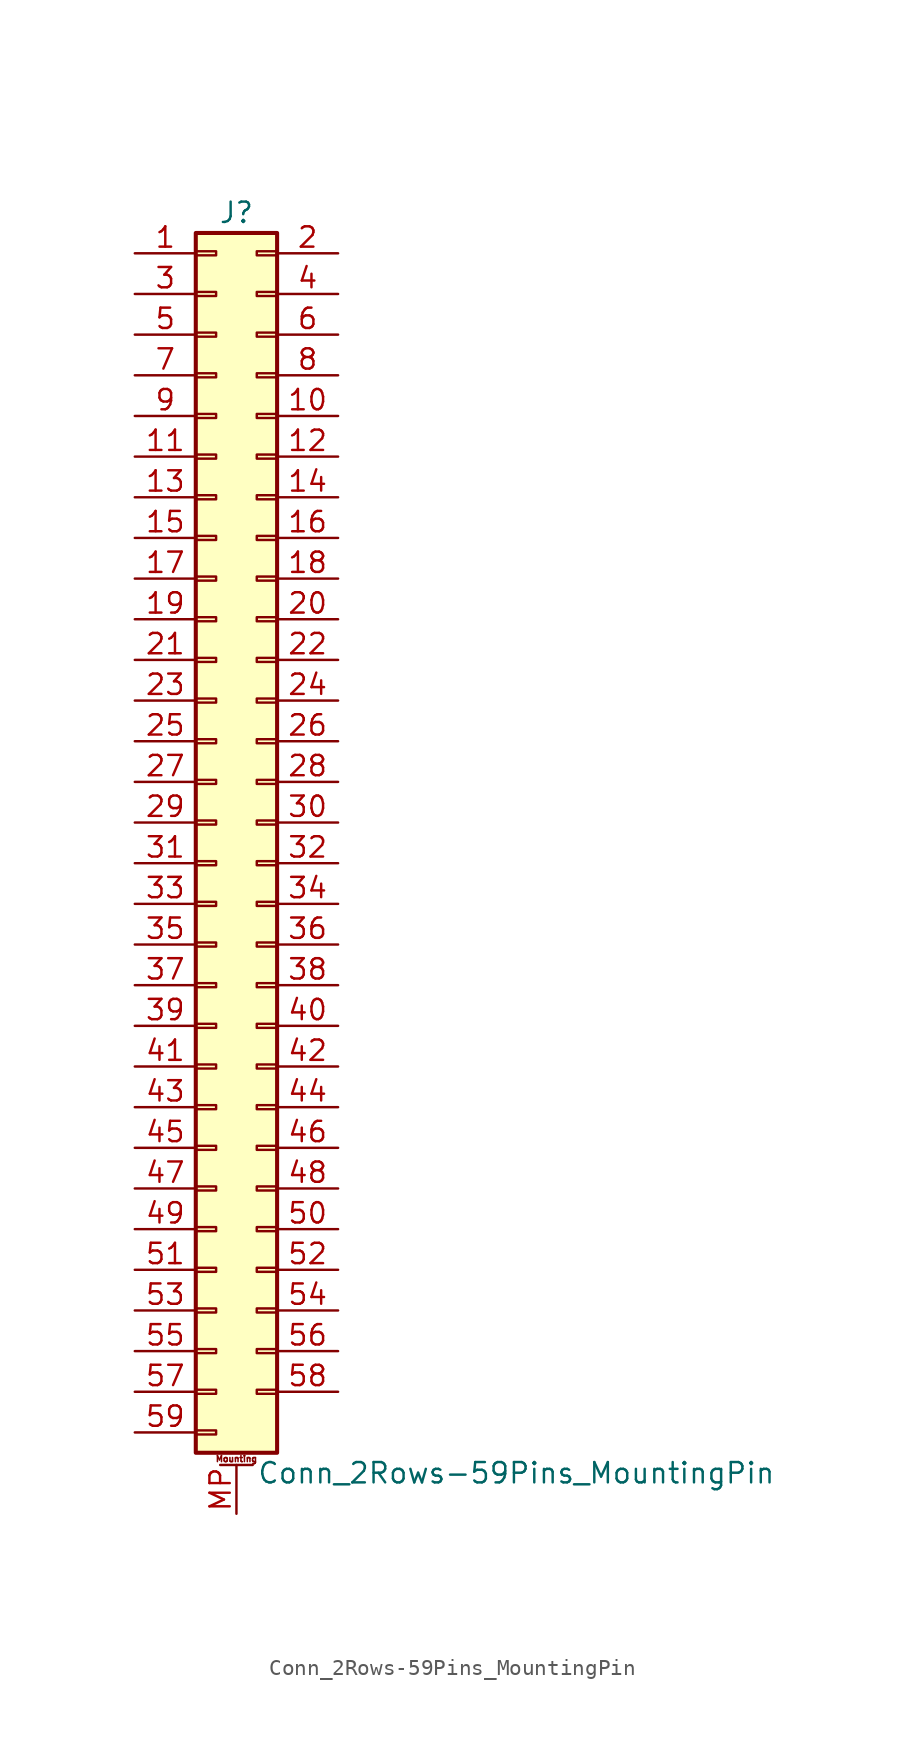
<source format=kicad_sym>
(kicad_symbol_lib
  (version 20211014)
  (generator kicad_symbol_editor)
  (symbol "Conn_2Rows-59Pins_MountingPin"
    (pin_names
      (offset 1.016) hide)
    (property "Reference" "J"
      (at 1.27 38.1 0)
      (effects (font (size 1.27 1.27))))
    (property "Value" "Conn_2Rows-59Pins_MountingPin"
      (at 2.54 -40.64 0)
      (effects (font (size 1.27 1.27)) (justify left)))
    (symbol "Conn_2Rows-59Pins_MountingPin_1_1"
      (rectangle (start -1.27 -37.973) (end 0 -38.227) (stroke (width 0.152) (type default) (color 0 0 0 0)) (fill (type none)))
      (rectangle (start -1.27 -35.433) (end 0 -35.687) (stroke (width 0.152) (type default) (color 0 0 0 0)) (fill (type none)))
      (rectangle (start -1.27 -32.893) (end 0 -33.147) (stroke (width 0.152) (type default) (color 0 0 0 0)) (fill (type none)))
      (rectangle (start -1.27 -30.353) (end 0 -30.607) (stroke (width 0.152) (type default) (color 0 0 0 0)) (fill (type none)))
      (rectangle (start -1.27 -27.813) (end 0 -28.067) (stroke (width 0.152) (type default) (color 0 0 0 0)) (fill (type none)))
      (rectangle (start -1.27 -25.273) (end 0 -25.527) (stroke (width 0.152) (type default) (color 0 0 0 0)) (fill (type none)))
      (rectangle (start -1.27 -22.733) (end 0 -22.987) (stroke (width 0.152) (type default) (color 0 0 0 0)) (fill (type none)))
      (rectangle (start -1.27 -20.193) (end 0 -20.447) (stroke (width 0.152) (type default) (color 0 0 0 0)) (fill (type none)))
      (rectangle (start -1.27 -17.653) (end 0 -17.907) (stroke (width 0.152) (type default) (color 0 0 0 0)) (fill (type none)))
      (rectangle (start -1.27 -15.113) (end 0 -15.367) (stroke (width 0.152) (type default) (color 0 0 0 0)) (fill (type none)))
      (rectangle (start -1.27 -12.573) (end 0 -12.827) (stroke (width 0.152) (type default) (color 0 0 0 0)) (fill (type none)))
      (rectangle (start -1.27 -10.033) (end 0 -10.287) (stroke (width 0.152) (type default) (color 0 0 0 0)) (fill (type none)))
      (rectangle (start -1.27 -7.493) (end 0 -7.747) (stroke (width 0.152) (type default) (color 0 0 0 0)) (fill (type none)))
      (rectangle (start -1.27 -4.953) (end 0 -5.207) (stroke (width 0.152) (type default) (color 0 0 0 0)) (fill (type none)))
      (rectangle (start -1.27 -2.413) (end 0 -2.667) (stroke (width 0.152) (type default) (color 0 0 0 0)) (fill (type none)))
      (rectangle (start -1.27 0.127) (end 0 -0.127) (stroke (width 0.152) (type default) (color 0 0 0 0)) (fill (type none)))
      (rectangle (start -1.27 2.667) (end 0 2.413) (stroke (width 0.152) (type default) (color 0 0 0 0)) (fill (type none)))
      (rectangle (start -1.27 5.207) (end 0 4.953) (stroke (width 0.152) (type default) (color 0 0 0 0)) (fill (type none)))
      (rectangle (start -1.27 7.747) (end 0 7.493) (stroke (width 0.152) (type default) (color 0 0 0 0)) (fill (type none)))
      (rectangle (start -1.27 10.287) (end 0 10.033) (stroke (width 0.152) (type default) (color 0 0 0 0)) (fill (type none)))
      (rectangle (start -1.27 12.827) (end 0 12.573) (stroke (width 0.152) (type default) (color 0 0 0 0)) (fill (type none)))
      (rectangle (start -1.27 15.367) (end 0 15.113) (stroke (width 0.152) (type default) (color 0 0 0 0)) (fill (type none)))
      (rectangle (start -1.27 17.907) (end 0 17.653) (stroke (width 0.152) (type default) (color 0 0 0 0)) (fill (type none)))
      (rectangle (start -1.27 20.447) (end 0 20.193) (stroke (width 0.152) (type default) (color 0 0 0 0)) (fill (type none)))
      (rectangle (start -1.27 22.987) (end 0 22.733) (stroke (width 0.152) (type default) (color 0 0 0 0)) (fill (type none)))
      (rectangle (start -1.27 25.527) (end 0 25.273) (stroke (width 0.152) (type default) (color 0 0 0 0)) (fill (type none)))
      (rectangle (start -1.27 28.067) (end 0 27.813) (stroke (width 0.152) (type default) (color 0 0 0 0)) (fill (type none)))
      (rectangle (start -1.27 30.607) (end 0 30.353) (stroke (width 0.152) (type default) (color 0 0 0 0)) (fill (type none)))
      (rectangle (start -1.27 33.147) (end 0 32.893) (stroke (width 0.152) (type default) (color 0 0 0 0)) (fill (type none)))
      (rectangle (start -1.27 35.687) (end 0 35.433) (stroke (width 0.152) (type default) (color 0 0 0 0)) (fill (type none)))
      (rectangle (start -1.27 36.83) (end 3.81 -39.37) (stroke (width 0.254) (type default) (color 0 0 0 0)) (fill (type background)))
      (polyline (pts (xy 0.254 -40.132) (xy 2.286 -40.132)) (stroke (width 0.152) (type default) (color 0 0 0 0)) (fill (type none)))
      (rectangle (start 3.81 -35.433) (end 2.54 -35.687) (stroke (width 0.152) (type default) (color 0 0 0 0)) (fill (type none)))
      (rectangle (start 3.81 -32.893) (end 2.54 -33.147) (stroke (width 0.152) (type default) (color 0 0 0 0)) (fill (type none)))
      (rectangle (start 3.81 -30.353) (end 2.54 -30.607) (stroke (width 0.152) (type default) (color 0 0 0 0)) (fill (type none)))
      (rectangle (start 3.81 -27.813) (end 2.54 -28.067) (stroke (width 0.152) (type default) (color 0 0 0 0)) (fill (type none)))
      (rectangle (start 3.81 -25.273) (end 2.54 -25.527) (stroke (width 0.152) (type default) (color 0 0 0 0)) (fill (type none)))
      (rectangle (start 3.81 -22.733) (end 2.54 -22.987) (stroke (width 0.152) (type default) (color 0 0 0 0)) (fill (type none)))
      (rectangle (start 3.81 -20.193) (end 2.54 -20.447) (stroke (width 0.152) (type default) (color 0 0 0 0)) (fill (type none)))
      (rectangle (start 3.81 -17.653) (end 2.54 -17.907) (stroke (width 0.152) (type default) (color 0 0 0 0)) (fill (type none)))
      (rectangle (start 3.81 -15.113) (end 2.54 -15.367) (stroke (width 0.152) (type default) (color 0 0 0 0)) (fill (type none)))
      (rectangle (start 3.81 -12.573) (end 2.54 -12.827) (stroke (width 0.152) (type default) (color 0 0 0 0)) (fill (type none)))
      (rectangle (start 3.81 -10.033) (end 2.54 -10.287) (stroke (width 0.152) (type default) (color 0 0 0 0)) (fill (type none)))
      (rectangle (start 3.81 -7.493) (end 2.54 -7.747) (stroke (width 0.152) (type default) (color 0 0 0 0)) (fill (type none)))
      (rectangle (start 3.81 -4.953) (end 2.54 -5.207) (stroke (width 0.152) (type default) (color 0 0 0 0)) (fill (type none)))
      (rectangle (start 3.81 -2.413) (end 2.54 -2.667) (stroke (width 0.152) (type default) (color 0 0 0 0)) (fill (type none)))
      (rectangle (start 3.81 0.127) (end 2.54 -0.127) (stroke (width 0.152) (type default) (color 0 0 0 0)) (fill (type none)))
      (rectangle (start 3.81 2.667) (end 2.54 2.413) (stroke (width 0.152) (type default) (color 0 0 0 0)) (fill (type none)))
      (rectangle (start 3.81 5.207) (end 2.54 4.953) (stroke (width 0.152) (type default) (color 0 0 0 0)) (fill (type none)))
      (rectangle (start 3.81 7.747) (end 2.54 7.493) (stroke (width 0.152) (type default) (color 0 0 0 0)) (fill (type none)))
      (rectangle (start 3.81 10.287) (end 2.54 10.033) (stroke (width 0.152) (type default) (color 0 0 0 0)) (fill (type none)))
      (rectangle (start 3.81 12.827) (end 2.54 12.573) (stroke (width 0.152) (type default) (color 0 0 0 0)) (fill (type none)))
      (rectangle (start 3.81 15.367) (end 2.54 15.113) (stroke (width 0.152) (type default) (color 0 0 0 0)) (fill (type none)))
      (rectangle (start 3.81 17.907) (end 2.54 17.653) (stroke (width 0.152) (type default) (color 0 0 0 0)) (fill (type none)))
      (rectangle (start 3.81 20.447) (end 2.54 20.193) (stroke (width 0.152) (type default) (color 0 0 0 0)) (fill (type none)))
      (rectangle (start 3.81 22.987) (end 2.54 22.733) (stroke (width 0.152) (type default) (color 0 0 0 0)) (fill (type none)))
      (rectangle (start 3.81 25.527) (end 2.54 25.273) (stroke (width 0.152) (type default) (color 0 0 0 0)) (fill (type none)))
      (rectangle (start 3.81 28.067) (end 2.54 27.813) (stroke (width 0.152) (type default) (color 0 0 0 0)) (fill (type none)))
      (rectangle (start 3.81 30.607) (end 2.54 30.353) (stroke (width 0.152) (type default) (color 0 0 0 0)) (fill (type none)))
      (rectangle (start 3.81 33.147) (end 2.54 32.893) (stroke (width 0.152) (type default) (color 0 0 0 0)) (fill (type none)))
      (rectangle (start 3.81 35.687) (end 2.54 35.433) (stroke (width 0.152) (type default) (color 0 0 0 0)) (fill (type none)))
      (text "Mounting" (at 1.27 -39.751 0) (effects (font (size 0.381 0.381))))
      (pin passive line (at -5.08 35.56 0) (length 3.81) (name "Pin_1" (effects (font (size 1.27 1.27)))) (number "1" (effects (font (size 1.27 1.27)))))
      (pin passive line (at 7.62 25.4 180) (length 3.81) (name "Pin_10" (effects (font (size 1.27 1.27)))) (number "10" (effects (font (size 1.27 1.27)))))
      (pin passive line (at -5.08 22.86 0) (length 3.81) (name "Pin_11" (effects (font (size 1.27 1.27)))) (number "11" (effects (font (size 1.27 1.27)))))
      (pin passive line (at 7.62 22.86 180) (length 3.81) (name "Pin_12" (effects (font (size 1.27 1.27)))) (number "12" (effects (font (size 1.27 1.27)))))
      (pin passive line (at -5.08 20.32 0) (length 3.81) (name "Pin_13" (effects (font (size 1.27 1.27)))) (number "13" (effects (font (size 1.27 1.27)))))
      (pin passive line (at 7.62 20.32 180) (length 3.81) (name "Pin_14" (effects (font (size 1.27 1.27)))) (number "14" (effects (font (size 1.27 1.27)))))
      (pin passive line (at -5.08 17.78 0) (length 3.81) (name "Pin_15" (effects (font (size 1.27 1.27)))) (number "15" (effects (font (size 1.27 1.27)))))
      (pin passive line (at 7.62 17.78 180) (length 3.81) (name "Pin_16" (effects (font (size 1.27 1.27)))) (number "16" (effects (font (size 1.27 1.27)))))
      (pin passive line (at -5.08 15.24 0) (length 3.81) (name "Pin_17" (effects (font (size 1.27 1.27)))) (number "17" (effects (font (size 1.27 1.27)))))
      (pin passive line (at 7.62 15.24 180) (length 3.81) (name "Pin_18" (effects (font (size 1.27 1.27)))) (number "18" (effects (font (size 1.27 1.27)))))
      (pin passive line (at -5.08 12.7 0) (length 3.81) (name "Pin_19" (effects (font (size 1.27 1.27)))) (number "19" (effects (font (size 1.27 1.27)))))
      (pin passive line (at 7.62 35.56 180) (length 3.81) (name "Pin_2" (effects (font (size 1.27 1.27)))) (number "2" (effects (font (size 1.27 1.27)))))
      (pin passive line (at 7.62 12.7 180) (length 3.81) (name "Pin_20" (effects (font (size 1.27 1.27)))) (number "20" (effects (font (size 1.27 1.27)))))
      (pin passive line (at -5.08 10.16 0) (length 3.81) (name "Pin_21" (effects (font (size 1.27 1.27)))) (number "21" (effects (font (size 1.27 1.27)))))
      (pin passive line (at 7.62 10.16 180) (length 3.81) (name "Pin_22" (effects (font (size 1.27 1.27)))) (number "22" (effects (font (size 1.27 1.27)))))
      (pin passive line (at -5.08 7.62 0) (length 3.81) (name "Pin_23" (effects (font (size 1.27 1.27)))) (number "23" (effects (font (size 1.27 1.27)))))
      (pin passive line (at 7.62 7.62 180) (length 3.81) (name "Pin_24" (effects (font (size 1.27 1.27)))) (number "24" (effects (font (size 1.27 1.27)))))
      (pin passive line (at -5.08 5.08 0) (length 3.81) (name "Pin_25" (effects (font (size 1.27 1.27)))) (number "25" (effects (font (size 1.27 1.27)))))
      (pin passive line (at 7.62 5.08 180) (length 3.81) (name "Pin_26" (effects (font (size 1.27 1.27)))) (number "26" (effects (font (size 1.27 1.27)))))
      (pin passive line (at -5.08 2.54 0) (length 3.81) (name "Pin_27" (effects (font (size 1.27 1.27)))) (number "27" (effects (font (size 1.27 1.27)))))
      (pin passive line (at 7.62 2.54 180) (length 3.81) (name "Pin_28" (effects (font (size 1.27 1.27)))) (number "28" (effects (font (size 1.27 1.27)))))
      (pin passive line (at -5.08 0 0) (length 3.81) (name "Pin_29" (effects (font (size 1.27 1.27)))) (number "29" (effects (font (size 1.27 1.27)))))
      (pin passive line (at -5.08 33.02 0) (length 3.81) (name "Pin_3" (effects (font (size 1.27 1.27)))) (number "3" (effects (font (size 1.27 1.27)))))
      (pin passive line (at 7.62 0 180) (length 3.81) (name "Pin_30" (effects (font (size 1.27 1.27)))) (number "30" (effects (font (size 1.27 1.27)))))
      (pin passive line (at -5.08 -2.54 0) (length 3.81) (name "Pin_31" (effects (font (size 1.27 1.27)))) (number "31" (effects (font (size 1.27 1.27)))))
      (pin passive line (at 7.62 -2.54 180) (length 3.81) (name "Pin_32" (effects (font (size 1.27 1.27)))) (number "32" (effects (font (size 1.27 1.27)))))
      (pin passive line (at -5.08 -5.08 0) (length 3.81) (name "Pin_33" (effects (font (size 1.27 1.27)))) (number "33" (effects (font (size 1.27 1.27)))))
      (pin passive line (at 7.62 -5.08 180) (length 3.81) (name "Pin_34" (effects (font (size 1.27 1.27)))) (number "34" (effects (font (size 1.27 1.27)))))
      (pin passive line (at -5.08 -7.62 0) (length 3.81) (name "Pin_35" (effects (font (size 1.27 1.27)))) (number "35" (effects (font (size 1.27 1.27)))))
      (pin passive line (at 7.62 -7.62 180) (length 3.81) (name "Pin_36" (effects (font (size 1.27 1.27)))) (number "36" (effects (font (size 1.27 1.27)))))
      (pin passive line (at -5.08 -10.16 0) (length 3.81) (name "Pin_37" (effects (font (size 1.27 1.27)))) (number "37" (effects (font (size 1.27 1.27)))))
      (pin passive line (at 7.62 -10.16 180) (length 3.81) (name "Pin_38" (effects (font (size 1.27 1.27)))) (number "38" (effects (font (size 1.27 1.27)))))
      (pin passive line (at -5.08 -12.7 0) (length 3.81) (name "Pin_39" (effects (font (size 1.27 1.27)))) (number "39" (effects (font (size 1.27 1.27)))))
      (pin passive line (at 7.62 33.02 180) (length 3.81) (name "Pin_4" (effects (font (size 1.27 1.27)))) (number "4" (effects (font (size 1.27 1.27)))))
      (pin passive line (at 7.62 -12.7 180) (length 3.81) (name "Pin_40" (effects (font (size 1.27 1.27)))) (number "40" (effects (font (size 1.27 1.27)))))
      (pin passive line (at -5.08 -15.24 0) (length 3.81) (name "Pin_41" (effects (font (size 1.27 1.27)))) (number "41" (effects (font (size 1.27 1.27)))))
      (pin passive line (at 7.62 -15.24 180) (length 3.81) (name "Pin_42" (effects (font (size 1.27 1.27)))) (number "42" (effects (font (size 1.27 1.27)))))
      (pin passive line (at -5.08 -17.78 0) (length 3.81) (name "Pin_43" (effects (font (size 1.27 1.27)))) (number "43" (effects (font (size 1.27 1.27)))))
      (pin passive line (at 7.62 -17.78 180) (length 3.81) (name "Pin_44" (effects (font (size 1.27 1.27)))) (number "44" (effects (font (size 1.27 1.27)))))
      (pin passive line (at -5.08 -20.32 0) (length 3.81) (name "Pin_45" (effects (font (size 1.27 1.27)))) (number "45" (effects (font (size 1.27 1.27)))))
      (pin passive line (at 7.62 -20.32 180) (length 3.81) (name "Pin_46" (effects (font (size 1.27 1.27)))) (number "46" (effects (font (size 1.27 1.27)))))
      (pin passive line (at -5.08 -22.86 0) (length 3.81) (name "Pin_47" (effects (font (size 1.27 1.27)))) (number "47" (effects (font (size 1.27 1.27)))))
      (pin passive line (at 7.62 -22.86 180) (length 3.81) (name "Pin_48" (effects (font (size 1.27 1.27)))) (number "48" (effects (font (size 1.27 1.27)))))
      (pin passive line (at -5.08 -25.4 0) (length 3.81) (name "Pin_49" (effects (font (size 1.27 1.27)))) (number "49" (effects (font (size 1.27 1.27)))))
      (pin passive line (at -5.08 30.48 0) (length 3.81) (name "Pin_5" (effects (font (size 1.27 1.27)))) (number "5" (effects (font (size 1.27 1.27)))))
      (pin passive line (at 7.62 -25.4 180) (length 3.81) (name "Pin_50" (effects (font (size 1.27 1.27)))) (number "50" (effects (font (size 1.27 1.27)))))
      (pin passive line (at -5.08 -27.94 0) (length 3.81) (name "Pin_51" (effects (font (size 1.27 1.27)))) (number "51" (effects (font (size 1.27 1.27)))))
      (pin passive line (at 7.62 -27.94 180) (length 3.81) (name "Pin_52" (effects (font (size 1.27 1.27)))) (number "52" (effects (font (size 1.27 1.27)))))
      (pin passive line (at -5.08 -30.48 0) (length 3.81) (name "Pin_53" (effects (font (size 1.27 1.27)))) (number "53" (effects (font (size 1.27 1.27)))))
      (pin passive line (at 7.62 -30.48 180) (length 3.81) (name "Pin_54" (effects (font (size 1.27 1.27)))) (number "54" (effects (font (size 1.27 1.27)))))
      (pin passive line (at -5.08 -33.02 0) (length 3.81) (name "Pin_55" (effects (font (size 1.27 1.27)))) (number "55" (effects (font (size 1.27 1.27)))))
      (pin passive line (at 7.62 -33.02 180) (length 3.81) (name "Pin_56" (effects (font (size 1.27 1.27)))) (number "56" (effects (font (size 1.27 1.27)))))
      (pin passive line (at -5.08 -35.56 0) (length 3.81) (name "Pin_57" (effects (font (size 1.27 1.27)))) (number "57" (effects (font (size 1.27 1.27)))))
      (pin passive line (at 7.62 -35.56 180) (length 3.81) (name "Pin_58" (effects (font (size 1.27 1.27)))) (number "58" (effects (font (size 1.27 1.27)))))
      (pin passive line (at -5.08 -38.1 0) (length 3.81) (name "Pin_59" (effects (font (size 1.27 1.27)))) (number "59" (effects (font (size 1.27 1.27)))))
      (pin passive line (at 7.62 30.48 180) (length 3.81) (name "Pin_6" (effects (font (size 1.27 1.27)))) (number "6" (effects (font (size 1.27 1.27)))))
      (pin passive line (at -5.08 27.94 0) (length 3.81) (name "Pin_7" (effects (font (size 1.27 1.27)))) (number "7" (effects (font (size 1.27 1.27)))))
      (pin passive line (at 7.62 27.94 180) (length 3.81) (name "Pin_8" (effects (font (size 1.27 1.27)))) (number "8" (effects (font (size 1.27 1.27)))))
      (pin passive line (at -5.08 25.4 0) (length 3.81) (name "Pin_9" (effects (font (size 1.27 1.27)))) (number "9" (effects (font (size 1.27 1.27)))))
      (pin passive line (at 1.27 -43.18 90) (length 3.048) (name "MountPin" (effects (font (size 1.27 1.27)))) (number "MP" (effects (font (size 1.27 1.27))))))))
</source>
